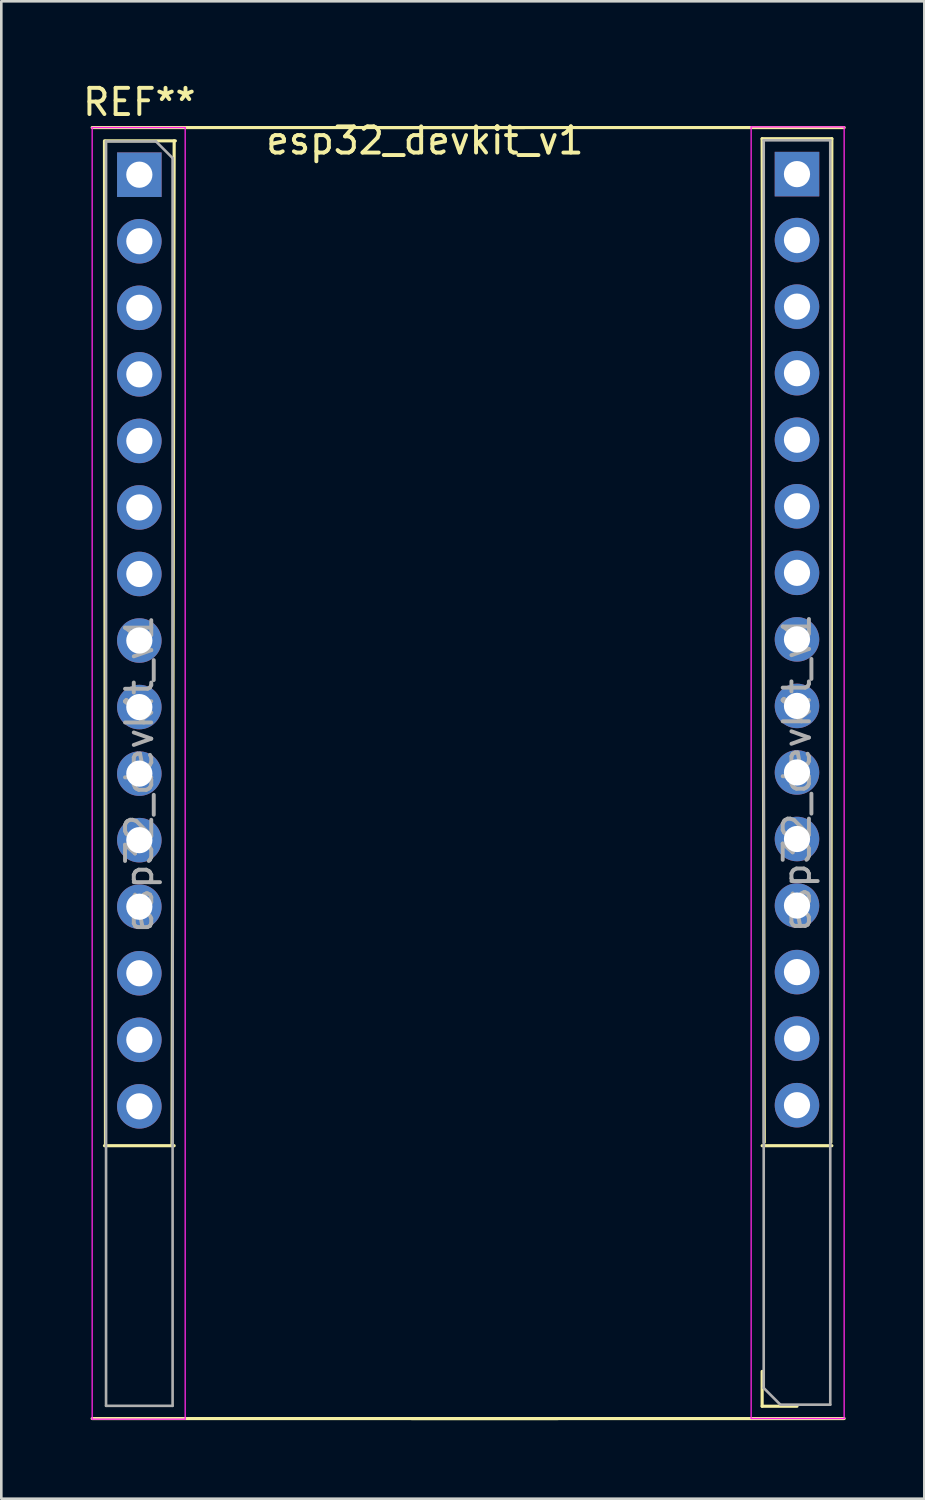
<source format=kicad_pcb>
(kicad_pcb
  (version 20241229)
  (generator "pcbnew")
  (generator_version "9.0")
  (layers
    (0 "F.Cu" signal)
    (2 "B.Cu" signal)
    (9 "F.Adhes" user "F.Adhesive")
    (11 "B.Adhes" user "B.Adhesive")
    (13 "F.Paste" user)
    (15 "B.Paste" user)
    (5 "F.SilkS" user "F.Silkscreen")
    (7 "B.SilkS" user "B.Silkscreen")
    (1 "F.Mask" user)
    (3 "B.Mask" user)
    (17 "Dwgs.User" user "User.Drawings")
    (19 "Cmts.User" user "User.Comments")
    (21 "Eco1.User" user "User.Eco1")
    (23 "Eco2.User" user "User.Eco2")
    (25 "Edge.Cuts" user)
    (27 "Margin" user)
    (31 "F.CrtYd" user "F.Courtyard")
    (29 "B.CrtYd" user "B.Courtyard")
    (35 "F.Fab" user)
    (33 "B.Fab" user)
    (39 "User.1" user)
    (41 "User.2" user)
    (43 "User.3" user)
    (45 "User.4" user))
  (footprint "esp32_devkit_v1"
    (layer "F.Cu")
    (at 2.246 3.596)
    (property "Reference" "esp32_devkit_v1" (at 10.922 -1.278 0) (layer "F.SilkS") (effects (font (size 1 1) (thickness 0.15))))
    (attr through_hole)
    (fp_line (start -1.778 -1.778) (end 14.732 -1.778) (stroke (width 0.12) (type solid)) (layer "F.SilkS"))
    (fp_line (start -1.778 47.498) (end 16.002 47.498) (stroke (width 0.12) (type solid)) (layer "F.SilkS"))
    (fp_line (start -1.308 -1.27) (end -1.27 37.084) (stroke (width 0.12) (type solid)) (layer "F.SilkS"))
    (fp_line (start -1.308 37.084) (end 1.352 37.084) (stroke (width 0.12) (type solid)) (layer "F.SilkS"))
    (fp_line (start -1.263 -1.27) (end 1.397 -1.27) (stroke (width 0.12) (type solid)) (layer "F.SilkS"))
    (fp_line (start 1.352 -1.27) (end 1.27 37.084) (stroke (width 0.12) (type solid)) (layer "F.SilkS"))
    (fp_line (start 23.794 47.028) (end 23.794 45.698) (stroke (width 0.12) (type solid)) (layer "F.SilkS"))
    (fp_line (start 23.876 36.957) (end 23.794 -1.352) (stroke (width 0.12) (type solid)) (layer "F.SilkS"))
    (fp_line (start 25.124 47.028) (end 23.794 47.028) (stroke (width 0.12) (type solid)) (layer "F.SilkS"))
    (fp_line (start 26.416 36.957) (end 26.454 -1.352) (stroke (width 0.12) (type solid)) (layer "F.SilkS"))
    (fp_line (start 26.454 -1.352) (end 23.794 -1.352) (stroke (width 0.12) (type solid)) (layer "F.SilkS"))
    (fp_line (start 26.454 37.084) (end 23.794 37.084) (stroke (width 0.12) (type solid)) (layer "F.SilkS"))
    (fp_line (start 26.924 -1.778) (end 9.144 -1.778) (stroke (width 0.12) (type solid)) (layer "F.SilkS"))
    (fp_line (start 26.924 47.498) (end 10.414 47.498) (stroke (width 0.12) (type solid)) (layer "F.SilkS"))
    (fp_line (start -1.778 -1.778) (end 1.772 -1.778) (stroke (width 0.05) (type solid)) (layer "F.CrtYd"))
    (fp_line (start -1.778 47.522) (end -1.778 -1.778) (stroke (width 0.05) (type solid)) (layer "F.CrtYd"))
    (fp_line (start 1.772 -1.778) (end 1.772 47.522) (stroke (width 0.05) (type solid)) (layer "F.CrtYd"))
    (fp_line (start 1.772 47.522) (end -1.778 47.522) (stroke (width 0.05) (type solid)) (layer "F.CrtYd"))
    (fp_line (start 23.374 -1.802) (end 26.924 -1.802) (stroke (width 0.05) (type solid)) (layer "F.CrtYd"))
    (fp_line (start 23.374 47.498) (end 23.374 -1.802) (stroke (width 0.05) (type solid)) (layer "F.CrtYd"))
    (fp_line (start 26.924 -1.802) (end 26.924 47.498) (stroke (width 0.05) (type solid)) (layer "F.CrtYd"))
    (fp_line (start 26.924 47.498) (end 23.374 47.498) (stroke (width 0.05) (type solid)) (layer "F.CrtYd"))
    (fp_line (start -1.248 -1.248) (end 0.657 -1.248) (stroke (width 0.1) (type solid)) (layer "F.Fab"))
    (fp_line (start -1.248 47.012) (end -1.248 -1.248) (stroke (width 0.1) (type solid)) (layer "F.Fab"))
    (fp_line (start 0.657 -1.248) (end 1.292 -0.613) (stroke (width 0.1) (type solid)) (layer "F.Fab"))
    (fp_line (start 1.292 -0.613) (end 1.292 47.012) (stroke (width 0.1) (type solid)) (layer "F.Fab"))
    (fp_line (start 1.292 47.012) (end -1.248 47.012) (stroke (width 0.1) (type solid)) (layer "F.Fab"))
    (fp_line (start 23.854 -1.292) (end 26.394 -1.292) (stroke (width 0.1) (type solid)) (layer "F.Fab"))
    (fp_line (start 23.854 46.333) (end 23.854 -1.292) (stroke (width 0.1) (type solid)) (layer "F.Fab"))
    (fp_line (start 24.489 46.968) (end 23.854 46.333) (stroke (width 0.1) (type solid)) (layer "F.Fab"))
    (fp_line (start 26.394 -1.292) (end 26.394 46.968) (stroke (width 0.1) (type solid)) (layer "F.Fab"))
    (fp_line (start 26.394 46.968) (end 24.489 46.968) (stroke (width 0.1) (type solid)) (layer "F.Fab"))
    (fp_text user "REF**" (at 0.022 -2.748 0) (layer "F.SilkS") (effects (font (size 1 1) (thickness 0.15))))
    (fp_text user "${REFERENCE}" (at 25.124 22.838 270) (layer "F.Fab") (effects (font (size 1 1) (thickness 0.15))))
    (fp_text user "${REFERENCE}" (at 0.022 22.882 90) (layer "F.Fab") (effects (font (size 1 1) (thickness 0.15))))
    (pad "1" thru_hole rect (at 0.022 0.022) (size 1.7 1.7) (drill 1) (layers "*.Cu" "*.Mask"))
    (pad "2" thru_hole oval (at 0.022 2.562) (size 1.7 1.7) (drill 1) (layers "*.Cu" "*.Mask"))
    (pad "3" thru_hole oval (at 0.022 5.102) (size 1.7 1.7) (drill 1) (layers "*.Cu" "*.Mask"))
    (pad "4" thru_hole oval (at 0.022 7.642) (size 1.7 1.7) (drill 1) (layers "*.Cu" "*.Mask"))
    (pad "5" thru_hole oval (at 0.022 10.182) (size 1.7 1.7) (drill 1) (layers "*.Cu" "*.Mask"))
    (pad "6" thru_hole oval (at 0.022 12.722) (size 1.7 1.7) (drill 1) (layers "*.Cu" "*.Mask"))
    (pad "7" thru_hole oval (at 0.022 15.262) (size 1.7 1.7) (drill 1) (layers "*.Cu" "*.Mask"))
    (pad "8" thru_hole oval (at 0.022 17.802) (size 1.7 1.7) (drill 1) (layers "*.Cu" "*.Mask"))
    (pad "9" thru_hole oval (at 0.022 20.342) (size 1.7 1.7) (drill 1) (layers "*.Cu" "*.Mask"))
    (pad "10" thru_hole oval (at 0.022 22.882) (size 1.7 1.7) (drill 1) (layers "*.Cu" "*.Mask"))
    (pad "11" thru_hole oval (at 0.022 25.422) (size 1.7 1.7) (drill 1) (layers "*.Cu" "*.Mask"))
    (pad "12" thru_hole oval (at 0.022 27.962) (size 1.7 1.7) (drill 1) (layers "*.Cu" "*.Mask"))
    (pad "13" thru_hole oval (at 0.022 30.502) (size 1.7 1.7) (drill 1) (layers "*.Cu" "*.Mask"))
    (pad "14" thru_hole oval (at 0.022 33.042) (size 1.7 1.7) (drill 1) (layers "*.Cu" "*.Mask"))
    (pad "15" thru_hole oval (at 0.022 35.582) (size 1.7 1.7) (drill 1) (layers "*.Cu" "*.Mask"))
    (pad "16" thru_hole oval (at 25.124 35.538 180) (size 1.7 1.7) (drill 1) (layers "*.Cu" "*.Mask"))
    (pad "17" thru_hole oval (at 25.124 32.998 180) (size 1.7 1.7) (drill 1) (layers "*.Cu" "*.Mask"))
    (pad "18" thru_hole oval (at 25.124 30.458 180) (size 1.7 1.7) (drill 1) (layers "*.Cu" "*.Mask"))
    (pad "19" thru_hole oval (at 25.124 27.918 180) (size 1.7 1.7) (drill 1) (layers "*.Cu" "*.Mask"))
    (pad "20" thru_hole oval (at 25.124 25.378 180) (size 1.7 1.7) (drill 1) (layers "*.Cu" "*.Mask"))
    (pad "21" thru_hole oval (at 25.124 22.838 180) (size 1.7 1.7) (drill 1) (layers "*.Cu" "*.Mask"))
    (pad "22" thru_hole oval (at 25.124 20.298 180) (size 1.7 1.7) (drill 1) (layers "*.Cu" "*.Mask"))
    (pad "23" thru_hole oval (at 25.124 17.758 180) (size 1.7 1.7) (drill 1) (layers "*.Cu" "*.Mask"))
    (pad "24" thru_hole oval (at 25.124 15.218 180) (size 1.7 1.7) (drill 1) (layers "*.Cu" "*.Mask"))
    (pad "25" thru_hole oval (at 25.124 12.678 180) (size 1.7 1.7) (drill 1) (layers "*.Cu" "*.Mask"))
    (pad "26" thru_hole oval (at 25.124 10.138 180) (size 1.7 1.7) (drill 1) (layers "*.Cu" "*.Mask"))
    (pad "27" thru_hole oval (at 25.124 7.598 180) (size 1.7 1.7) (drill 1) (layers "*.Cu" "*.Mask"))
    (pad "28" thru_hole oval (at 25.124 5.058 180) (size 1.7 1.7) (drill 1) (layers "*.Cu" "*.Mask"))
    (pad "29" thru_hole oval (at 25.124 2.518 180) (size 1.7 1.7) (drill 1) (layers "*.Cu" "*.Mask"))
    (pad "30" thru_hole rect (at 25.124 0 180) (size 1.7 1.7) (drill 1) (layers "*.Cu" "*.Mask")))
  (gr_rect
    (start -3 -3)
    (end 32.23 54.154)
    (stroke (width 0.1) (type default))
    (fill no)
    (layer "Edge.Cuts")))
</source>
